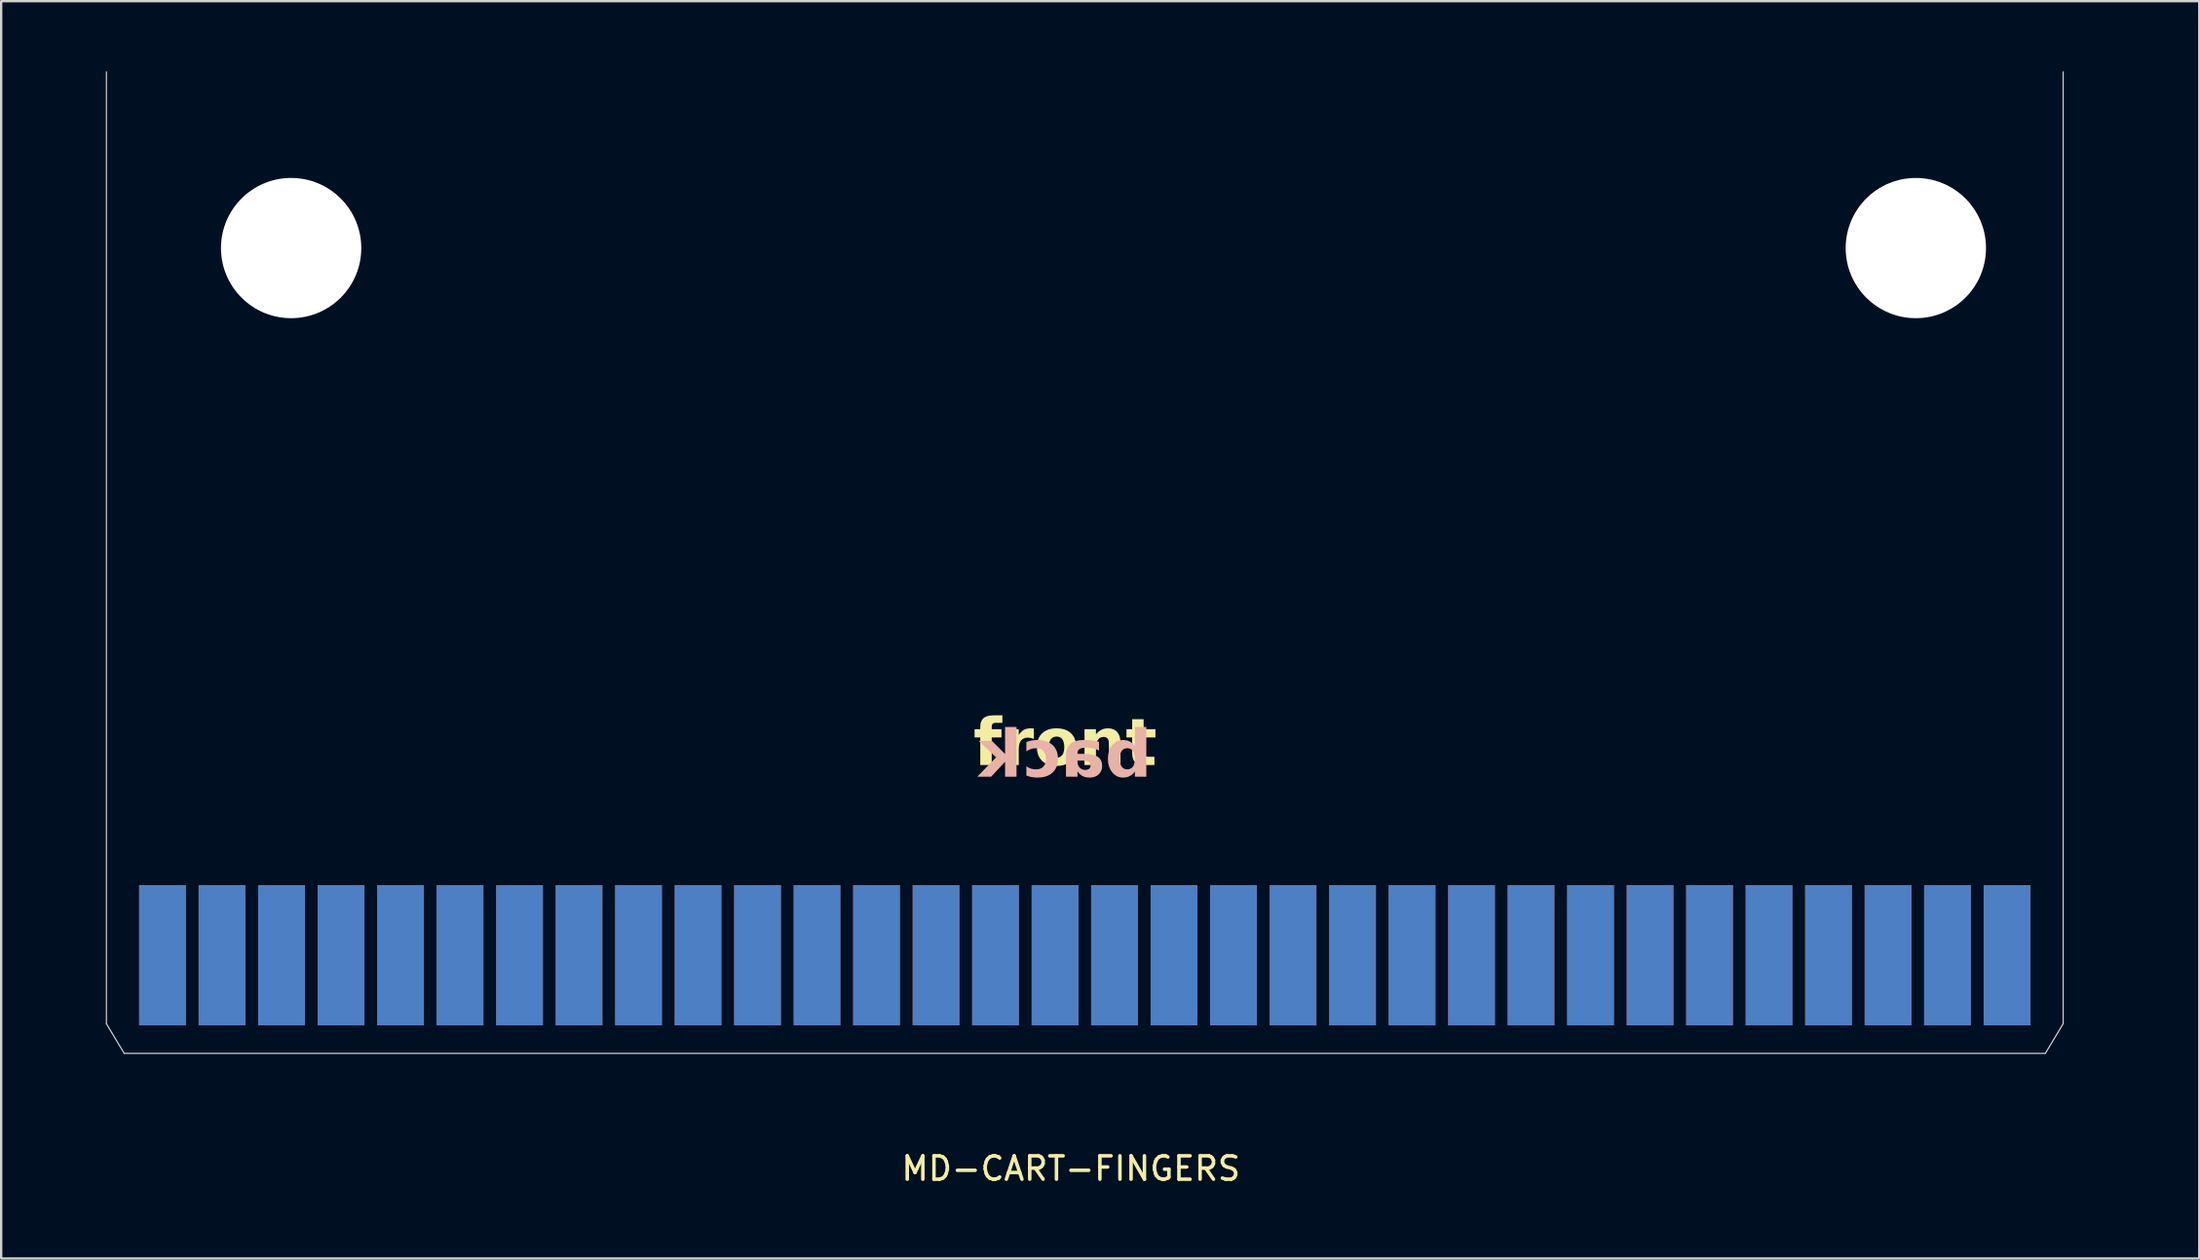
<source format=kicad_pcb>
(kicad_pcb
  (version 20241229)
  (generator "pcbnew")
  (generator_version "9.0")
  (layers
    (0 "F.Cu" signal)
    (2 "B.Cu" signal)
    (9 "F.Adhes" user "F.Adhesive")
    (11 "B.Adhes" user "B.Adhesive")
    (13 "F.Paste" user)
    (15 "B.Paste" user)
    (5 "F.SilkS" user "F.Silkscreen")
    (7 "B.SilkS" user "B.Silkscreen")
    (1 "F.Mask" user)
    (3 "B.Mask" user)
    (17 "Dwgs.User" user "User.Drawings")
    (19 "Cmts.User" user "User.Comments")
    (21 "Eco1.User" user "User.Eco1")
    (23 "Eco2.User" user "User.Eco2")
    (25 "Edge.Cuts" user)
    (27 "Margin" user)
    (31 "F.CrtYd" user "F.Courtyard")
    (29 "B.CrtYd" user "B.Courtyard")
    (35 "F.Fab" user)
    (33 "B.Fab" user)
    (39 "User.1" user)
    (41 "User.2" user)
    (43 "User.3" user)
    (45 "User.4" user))
  (footprint "MD-CART-FINGERS"
    (layer "F.Cu")
    (at 1.5 42.025)
    (property "Reference" "MD-CART-FINGERS" (at 41.248 4.928 0) (layer "F.SilkS") (effects (font (size 1 1) (thickness 0.15))))
    (attr through_hole exclude_from_pos_files exclude_from_bom)
    (fp_rect (start -1.5 -7.2) (end 86.5 2) (stroke (width 0) (type solid)) (fill yes) (layer "F.Mask"))
    (fp_rect (start -1.5 -7.2) (end 86.5 2) (stroke (width 0) (type solid)) (fill yes) (layer "B.Mask"))
    (fp_line (start 0 -42) (end 0 -1.27) (stroke (width 0.05) (type solid)) (layer "Edge.Cuts"))
    (fp_line (start 0.762 0) (end 0 -1.27) (stroke (width 0.05) (type solid)) (layer "Edge.Cuts"))
    (fp_line (start 0.762 0) (end 82.918 0) (stroke (width 0.05) (type solid)) (layer "Edge.Cuts"))
    (fp_line (start 82.918 0) (end 83.68 -1.27) (stroke (width 0.05) (type solid)) (layer "Edge.Cuts"))
    (fp_line (start 83.68 -1.27) (end 83.68 -42) (stroke (width 0.05) (type solid)) (layer "Edge.Cuts"))
    (fp_text user "front" (at 41 -12 0) (unlocked yes) (layer "F.SilkS") (effects (font (face "Kode Mono SemiBold") (size 2 2) (thickness 0.15)) (justify bottom)))
    (fp_text user "back" (at 41 -11.5 0) (unlocked yes) (layer "B.SilkS") (effects (font (face "Kode Mono SemiBold") (size 2 2) (thickness 0.15)) (justify bottom mirror)))
    (pad "" np_thru_hole circle (at 7.9 -34.46) (size 6 6) (drill 6) (layers "*.Cu" "*.Mask"))
    (pad "" np_thru_hole circle (at 77.38 -34.46) (size 6 6) (drill 6) (layers "*.Cu" "*.Mask"))
    (pad "A1" smd rect (at 2.4 -4.2) (size 2 6) (layers "B.Cu" "B.Mask"))
    (pad "A2" smd rect (at 4.945 -4.2) (size 2 6) (layers "B.Cu" "B.Mask"))
    (pad "A3" smd rect (at 7.489 -4.2) (size 2 6) (layers "B.Cu" "B.Mask"))
    (pad "A4" smd rect (at 10.034 -4.2) (size 2 6) (layers "B.Cu" "B.Mask"))
    (pad "A5" smd rect (at 12.578 -4.2) (size 2 6) (layers "B.Cu" "B.Mask"))
    (pad "A6" smd rect (at 15.123 -4.2) (size 2 6) (layers "B.Cu" "B.Mask"))
    (pad "A7" smd rect (at 17.667 -4.2) (size 2 6) (layers "B.Cu" "B.Mask"))
    (pad "A8" smd rect (at 20.212 -4.2) (size 2 6) (layers "B.Cu" "B.Mask"))
    (pad "A9" smd rect (at 22.756 -4.2) (size 2 6) (layers "B.Cu" "B.Mask"))
    (pad "A10" smd rect (at 25.301 -4.2) (size 2 6) (layers "B.Cu" "B.Mask"))
    (pad "A11" smd rect (at 27.845 -4.2) (size 2 6) (layers "B.Cu" "B.Mask"))
    (pad "A12" smd rect (at 30.39 -4.2) (size 2 6) (layers "B.Cu" "B.Mask"))
    (pad "A13" smd rect (at 32.934 -4.2) (size 2 6) (layers "B.Cu" "B.Mask"))
    (pad "A14" smd rect (at 35.479 -4.2) (size 2 6) (layers "B.Cu" "B.Mask"))
    (pad "A15" smd rect (at 38.023 -4.2) (size 2 6) (layers "B.Cu" "B.Mask"))
    (pad "A16" smd rect (at 40.568 -4.2) (size 2 6) (layers "B.Cu" "B.Mask"))
    (pad "A17" smd rect (at 43.112 -4.2) (size 2 6) (layers "B.Cu" "B.Mask"))
    (pad "A18" smd rect (at 45.657 -4.2) (size 2 6) (layers "B.Cu" "B.Mask"))
    (pad "A19" smd rect (at 48.201 -4.2) (size 2 6) (layers "B.Cu" "B.Mask"))
    (pad "A20" smd rect (at 50.746 -4.2) (size 2 6) (layers "B.Cu" "B.Mask"))
    (pad "A21" smd rect (at 53.29 -4.2) (size 2 6) (layers "B.Cu" "B.Mask"))
    (pad "A22" smd rect (at 55.835 -4.2) (size 2 6) (layers "B.Cu" "B.Mask"))
    (pad "A23" smd rect (at 58.379 -4.2) (size 2 6) (layers "B.Cu" "B.Mask"))
    (pad "A24" smd rect (at 60.924 -4.2) (size 2 6) (layers "B.Cu" "B.Mask"))
    (pad "A25" smd rect (at 63.468 -4.2) (size 2 6) (layers "B.Cu" "B.Mask"))
    (pad "A26" smd rect (at 66.013 -4.2) (size 2 6) (layers "B.Cu" "B.Mask"))
    (pad "A27" smd rect (at 68.557 -4.2) (size 2 6) (layers "B.Cu" "B.Mask"))
    (pad "A28" smd rect (at 71.102 -4.2) (size 2 6) (layers "B.Cu" "B.Mask"))
    (pad "A29" smd rect (at 73.646 -4.2) (size 2 6) (layers "B.Cu" "B.Mask"))
    (pad "A30" smd rect (at 76.191 -4.2) (size 2 6) (layers "B.Cu" "B.Mask"))
    (pad "A31" smd rect (at 78.735 -4.2) (size 2 6) (layers "B.Cu" "B.Mask"))
    (pad "A32" smd rect (at 81.28 -4.2) (size 2 6) (layers "B.Cu" "B.Mask"))
    (pad "B1" smd rect (at 2.4 -4.2) (size 2 6) (layers "F.Cu" "F.Mask"))
    (pad "B2" smd rect (at 4.945 -4.2) (size 2 6) (layers "F.Cu" "F.Mask"))
    (pad "B3" smd rect (at 7.489 -4.2) (size 2 6) (layers "F.Cu" "F.Mask"))
    (pad "B4" smd rect (at 10.034 -4.2) (size 2 6) (layers "F.Cu" "F.Mask"))
    (pad "B5" smd rect (at 12.578 -4.2) (size 2 6) (layers "F.Cu" "F.Mask"))
    (pad "B6" smd rect (at 15.123 -4.2) (size 2 6) (layers "F.Cu" "F.Mask"))
    (pad "B7" smd rect (at 17.667 -4.2) (size 2 6) (layers "F.Cu" "F.Mask"))
    (pad "B8" smd rect (at 20.212 -4.2) (size 2 6) (layers "F.Cu" "F.Mask"))
    (pad "B9" smd rect (at 22.756 -4.2) (size 2 6) (layers "F.Cu" "F.Mask"))
    (pad "B10" smd rect (at 25.301 -4.2) (size 2 6) (layers "F.Cu" "F.Mask"))
    (pad "B11" smd rect (at 27.845 -4.2) (size 2 6) (layers "F.Cu" "F.Mask"))
    (pad "B12" smd rect (at 30.39 -4.2) (size 2 6) (layers "F.Cu" "F.Mask"))
    (pad "B13" smd rect (at 32.934 -4.2) (size 2 6) (layers "F.Cu" "F.Mask"))
    (pad "B14" smd rect (at 35.479 -4.2) (size 2 6) (layers "F.Cu" "F.Mask"))
    (pad "B15" smd rect (at 38.023 -4.2) (size 2 6) (layers "F.Cu" "F.Mask"))
    (pad "B16" smd rect (at 40.568 -4.2) (size 2 6) (layers "F.Cu" "F.Mask"))
    (pad "B17" smd rect (at 43.112 -4.2) (size 2 6) (layers "F.Cu" "F.Mask"))
    (pad "B18" smd rect (at 45.657 -4.2) (size 2 6) (layers "F.Cu" "F.Mask"))
    (pad "B19" smd rect (at 48.201 -4.2) (size 2 6) (layers "F.Cu" "F.Mask"))
    (pad "B20" smd rect (at 50.746 -4.2) (size 2 6) (layers "F.Cu" "F.Mask"))
    (pad "B21" smd rect (at 53.29 -4.2) (size 2 6) (layers "F.Cu" "F.Mask"))
    (pad "B22" smd rect (at 55.835 -4.2) (size 2 6) (layers "F.Cu" "F.Mask"))
    (pad "B23" smd rect (at 58.379 -4.2) (size 2 6) (layers "F.Cu" "F.Mask"))
    (pad "B24" smd rect (at 60.924 -4.2) (size 2 6) (layers "F.Cu" "F.Mask"))
    (pad "B25" smd rect (at 63.468 -4.2) (size 2 6) (layers "F.Cu" "F.Mask"))
    (pad "B26" smd rect (at 66.013 -4.2) (size 2 6) (layers "F.Cu" "F.Mask"))
    (pad "B27" smd rect (at 68.557 -4.2) (size 2 6) (layers "F.Cu" "F.Mask"))
    (pad "B28" smd rect (at 71.102 -4.2) (size 2 6) (layers "F.Cu" "F.Mask"))
    (pad "B29" smd rect (at 73.646 -4.2) (size 2 6) (layers "F.Cu" "F.Mask"))
    (pad "B30" smd rect (at 76.191 -4.2) (size 2 6) (layers "F.Cu" "F.Mask"))
    (pad "B31" smd rect (at 78.735 -4.2) (size 2 6) (layers "F.Cu" "F.Mask"))
    (pad "B32" smd rect (at 81.28 -4.2) (size 2 6) (layers "F.Cu" "F.Mask"))
    (zone (net_name "") (layers "F.Cu" "B.Cu") (name "no tracks below teeth") (hatch edge 0.5) (connect_pads) (min_thickness 0.25) (filled_areas_thickness no) (keepout (tracks not_allowed) (vias allowed) (pads allowed) (copperpour allowed) (footprints allowed)) (placement (enabled no)) (fill) (polygon (pts (xy 0.5 38.525) (xy 0.5 43.025) (xy 86 43.025) (xy 86 38.525))))
    (zone (net_name "") (layers "F.Cu" "B.Cu") (name "no vias or fills close to teeth") (hatch edge 0.5) (connect_pads) (min_thickness 0.25) (filled_areas_thickness no) (keepout (tracks allowed) (vias not_allowed) (pads allowed) (copperpour not_allowed) (footprints allowed)) (placement (enabled no)) (fill) (polygon (pts (xy 1 34.525) (xy 1 42.525) (xy 85.5 42.525) (xy 85.5 34.525)))))
  (gr_rect
    (start -3 -3)
    (end 91 50.801)
    (stroke (width 0.1) (type default))
    (fill no)
    (layer "Edge.Cuts")))
</source>
